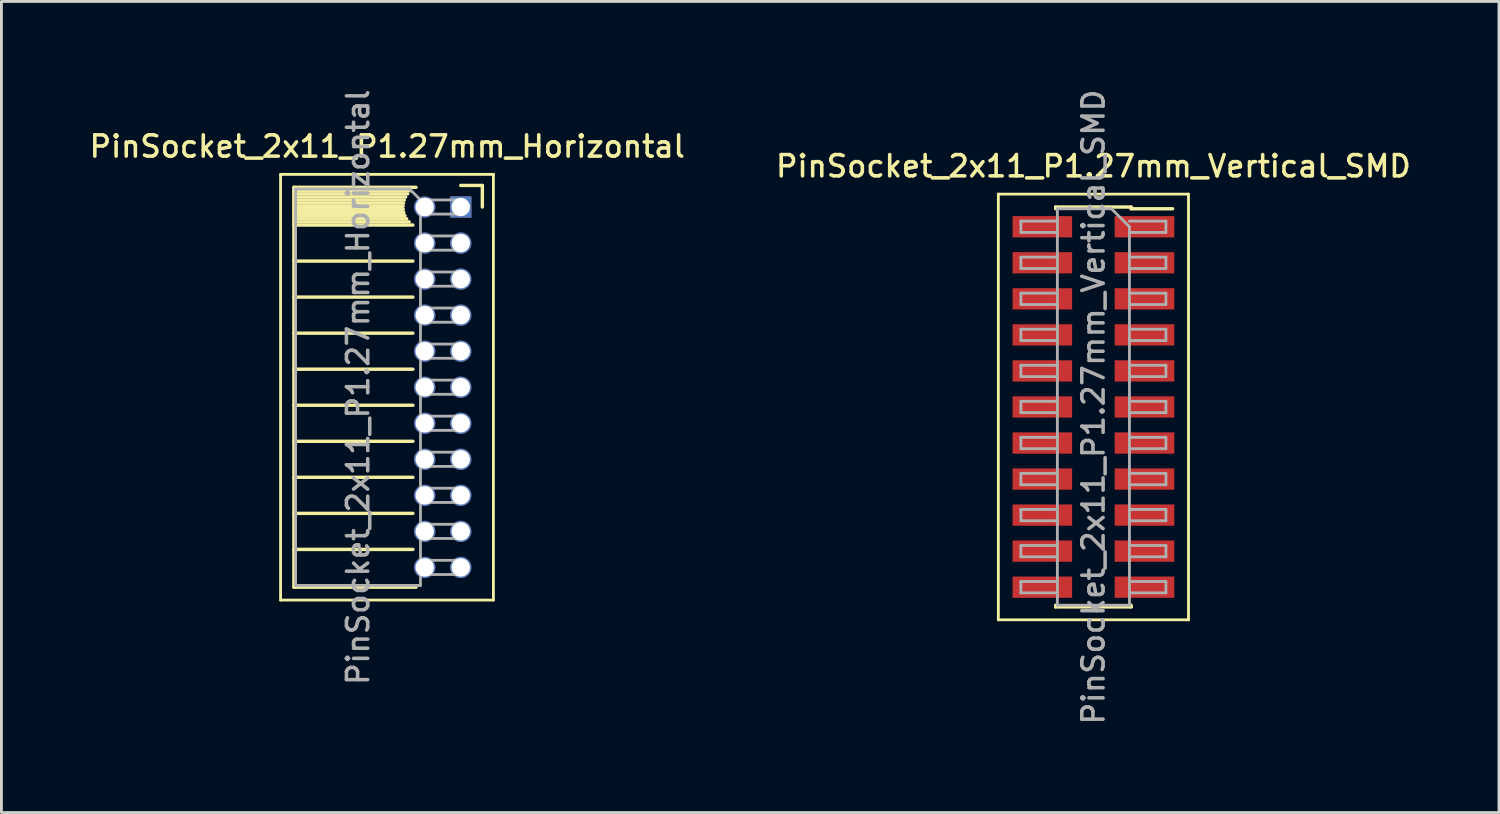
<source format=kicad_pcb>
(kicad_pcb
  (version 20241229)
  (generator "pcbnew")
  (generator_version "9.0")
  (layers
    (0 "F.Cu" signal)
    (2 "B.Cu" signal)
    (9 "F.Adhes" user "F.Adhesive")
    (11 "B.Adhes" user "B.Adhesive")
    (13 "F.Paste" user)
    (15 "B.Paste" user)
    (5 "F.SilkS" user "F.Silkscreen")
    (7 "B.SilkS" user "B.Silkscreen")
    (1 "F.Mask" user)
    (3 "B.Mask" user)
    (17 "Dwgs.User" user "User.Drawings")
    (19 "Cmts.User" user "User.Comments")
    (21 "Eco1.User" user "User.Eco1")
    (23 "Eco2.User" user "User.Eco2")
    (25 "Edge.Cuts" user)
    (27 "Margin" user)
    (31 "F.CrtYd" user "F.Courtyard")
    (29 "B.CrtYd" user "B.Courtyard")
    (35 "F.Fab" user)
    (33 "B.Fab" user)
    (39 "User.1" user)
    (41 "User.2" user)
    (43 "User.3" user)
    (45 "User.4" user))
  (footprint "PinSocket_2x11_P1.27mm_Horizontal"
    (layer "F.Cu")
    (at 13.187 4.245)
    (property "Reference" "PinSocket_2x11_P1.27mm_Horizontal" (at -2.592 -2.135 0) (layer "F.SilkS") (effects (font (size 0.75 0.75) (thickness 0.125))))
    (attr through_hole)
    (fp_line (start -6.35 -1.15) (end -6.35 13.85) (stroke (width 0.1) (type solid)) (layer "F.SilkS"))
    (fp_line (start -6.35 13.85) (end 1.15 13.85) (stroke (width 0.1) (type solid)) (layer "F.SilkS"))
    (fp_line (start -5.88 -0.695) (end -5.88 13.395) (stroke (width 0.12) (type solid)) (layer "F.SilkS"))
    (fp_line (start -5.88 -0.695) (end -1.578 -0.695) (stroke (width 0.12) (type solid)) (layer "F.SilkS"))
    (fp_line (start -5.88 -0.575) (end -1.767 -0.575) (stroke (width 0.12) (type solid)) (layer "F.SilkS"))
    (fp_line (start -5.88 -0.465) (end -1.871 -0.465) (stroke (width 0.12) (type solid)) (layer "F.SilkS"))
    (fp_line (start -5.88 -0.355) (end -1.942 -0.355) (stroke (width 0.12) (type solid)) (layer "F.SilkS"))
    (fp_line (start -5.88 -0.245) (end -1.989 -0.245) (stroke (width 0.12) (type solid)) (layer "F.SilkS"))
    (fp_line (start -5.88 -0.135) (end -2.018 -0.135) (stroke (width 0.12) (type solid)) (layer "F.SilkS"))
    (fp_line (start -5.88 -0.025) (end -2.03 -0.025) (stroke (width 0.12) (type solid)) (layer "F.SilkS"))
    (fp_line (start -5.88 0.085) (end -2.025 0.085) (stroke (width 0.12) (type solid)) (layer "F.SilkS"))
    (fp_line (start -5.88 0.195) (end -2.005 0.195) (stroke (width 0.12) (type solid)) (layer "F.SilkS"))
    (fp_line (start -5.88 0.305) (end -1.966 0.305) (stroke (width 0.12) (type solid)) (layer "F.SilkS"))
    (fp_line (start -5.88 0.415) (end -1.907 0.415) (stroke (width 0.12) (type solid)) (layer "F.SilkS"))
    (fp_line (start -5.88 0.525) (end -1.82 0.525) (stroke (width 0.12) (type solid)) (layer "F.SilkS"))
    (fp_line (start -5.88 0.635) (end -1.688 0.635) (stroke (width 0.12) (type solid)) (layer "F.SilkS"))
    (fp_line (start -5.88 1.905) (end -1.688 1.905) (stroke (width 0.12) (type solid)) (layer "F.SilkS"))
    (fp_line (start -5.88 3.175) (end -1.688 3.175) (stroke (width 0.12) (type solid)) (layer "F.SilkS"))
    (fp_line (start -5.88 4.445) (end -1.688 4.445) (stroke (width 0.12) (type solid)) (layer "F.SilkS"))
    (fp_line (start -5.88 5.715) (end -1.688 5.715) (stroke (width 0.12) (type solid)) (layer "F.SilkS"))
    (fp_line (start -5.88 6.985) (end -1.688 6.985) (stroke (width 0.12) (type solid)) (layer "F.SilkS"))
    (fp_line (start -5.88 8.255) (end -1.688 8.255) (stroke (width 0.12) (type solid)) (layer "F.SilkS"))
    (fp_line (start -5.88 9.525) (end -1.688 9.525) (stroke (width 0.12) (type solid)) (layer "F.SilkS"))
    (fp_line (start -5.88 10.795) (end -1.688 10.795) (stroke (width 0.12) (type solid)) (layer "F.SilkS"))
    (fp_line (start -5.88 12.065) (end -1.688 12.065) (stroke (width 0.12) (type solid)) (layer "F.SilkS"))
    (fp_line (start -5.88 13.395) (end -1.578 13.395) (stroke (width 0.12) (type solid)) (layer "F.SilkS"))
    (fp_line (start 0 -0.76) (end 0.76 -0.76) (stroke (width 0.12) (type solid)) (layer "F.SilkS"))
    (fp_line (start 0.76 -0.76) (end 0.76 0) (stroke (width 0.12) (type solid)) (layer "F.SilkS"))
    (fp_line (start 1.15 -1.15) (end -6.35 -1.15) (stroke (width 0.1) (type solid)) (layer "F.SilkS"))
    (fp_line (start 1.15 13.85) (end 1.15 -1.15) (stroke (width 0.1) (type solid)) (layer "F.SilkS"))
    (fp_line (start -5.82 -0.635) (end -1.805 -0.635) (stroke (width 0.1) (type solid)) (layer "F.Fab"))
    (fp_line (start -5.82 13.335) (end -5.82 -0.635) (stroke (width 0.1) (type solid)) (layer "F.Fab"))
    (fp_line (start -1.805 -0.635) (end -1.42 -0.25) (stroke (width 0.1) (type solid)) (layer "F.Fab"))
    (fp_line (start -1.42 -0.25) (end -1.42 13.335) (stroke (width 0.1) (type solid)) (layer "F.Fab"))
    (fp_line (start -1.42 0.25) (end 0 0.25) (stroke (width 0.1) (type solid)) (layer "F.Fab"))
    (fp_line (start -1.42 1.52) (end 0 1.52) (stroke (width 0.1) (type solid)) (layer "F.Fab"))
    (fp_line (start -1.42 2.79) (end 0 2.79) (stroke (width 0.1) (type solid)) (layer "F.Fab"))
    (fp_line (start -1.42 4.06) (end 0 4.06) (stroke (width 0.1) (type solid)) (layer "F.Fab"))
    (fp_line (start -1.42 5.33) (end 0 5.33) (stroke (width 0.1) (type solid)) (layer "F.Fab"))
    (fp_line (start -1.42 6.6) (end 0 6.6) (stroke (width 0.1) (type solid)) (layer "F.Fab"))
    (fp_line (start -1.42 7.87) (end 0 7.87) (stroke (width 0.1) (type solid)) (layer "F.Fab"))
    (fp_line (start -1.42 9.14) (end 0 9.14) (stroke (width 0.1) (type solid)) (layer "F.Fab"))
    (fp_line (start -1.42 10.41) (end 0 10.41) (stroke (width 0.1) (type solid)) (layer "F.Fab"))
    (fp_line (start -1.42 11.68) (end 0 11.68) (stroke (width 0.1) (type solid)) (layer "F.Fab"))
    (fp_line (start -1.42 12.95) (end 0 12.95) (stroke (width 0.1) (type solid)) (layer "F.Fab"))
    (fp_line (start -1.42 13.335) (end -5.82 13.335) (stroke (width 0.1) (type solid)) (layer "F.Fab"))
    (fp_line (start 0 -0.25) (end -1.42 -0.25) (stroke (width 0.1) (type solid)) (layer "F.Fab"))
    (fp_line (start 0 0.25) (end 0 -0.25) (stroke (width 0.1) (type solid)) (layer "F.Fab"))
    (fp_line (start 0 1.02) (end -1.42 1.02) (stroke (width 0.1) (type solid)) (layer "F.Fab"))
    (fp_line (start 0 1.52) (end 0 1.02) (stroke (width 0.1) (type solid)) (layer "F.Fab"))
    (fp_line (start 0 2.29) (end -1.42 2.29) (stroke (width 0.1) (type solid)) (layer "F.Fab"))
    (fp_line (start 0 2.79) (end 0 2.29) (stroke (width 0.1) (type solid)) (layer "F.Fab"))
    (fp_line (start 0 3.56) (end -1.42 3.56) (stroke (width 0.1) (type solid)) (layer "F.Fab"))
    (fp_line (start 0 4.06) (end 0 3.56) (stroke (width 0.1) (type solid)) (layer "F.Fab"))
    (fp_line (start 0 4.83) (end -1.42 4.83) (stroke (width 0.1) (type solid)) (layer "F.Fab"))
    (fp_line (start 0 5.33) (end 0 4.83) (stroke (width 0.1) (type solid)) (layer "F.Fab"))
    (fp_line (start 0 6.1) (end -1.42 6.1) (stroke (width 0.1) (type solid)) (layer "F.Fab"))
    (fp_line (start 0 6.6) (end 0 6.1) (stroke (width 0.1) (type solid)) (layer "F.Fab"))
    (fp_line (start 0 7.37) (end -1.42 7.37) (stroke (width 0.1) (type solid)) (layer "F.Fab"))
    (fp_line (start 0 7.87) (end 0 7.37) (stroke (width 0.1) (type solid)) (layer "F.Fab"))
    (fp_line (start 0 8.64) (end -1.42 8.64) (stroke (width 0.1) (type solid)) (layer "F.Fab"))
    (fp_line (start 0 9.14) (end 0 8.64) (stroke (width 0.1) (type solid)) (layer "F.Fab"))
    (fp_line (start 0 9.91) (end -1.42 9.91) (stroke (width 0.1) (type solid)) (layer "F.Fab"))
    (fp_line (start 0 10.41) (end 0 9.91) (stroke (width 0.1) (type solid)) (layer "F.Fab"))
    (fp_line (start 0 11.18) (end -1.42 11.18) (stroke (width 0.1) (type solid)) (layer "F.Fab"))
    (fp_line (start 0 11.68) (end 0 11.18) (stroke (width 0.1) (type solid)) (layer "F.Fab"))
    (fp_line (start 0 12.45) (end -1.42 12.45) (stroke (width 0.1) (type solid)) (layer "F.Fab"))
    (fp_line (start 0 12.95) (end 0 12.45) (stroke (width 0.1) (type solid)) (layer "F.Fab"))
    (fp_text user "${REFERENCE}" (at -3.62 6.35 90) (layer "F.Fab") (effects (font (size 0.75 0.75) (thickness 0.125))))
    (pad "1" thru_hole rect (at 0 0) (size 0.75 0.75) (drill 0.65) (layers "*.Cu" "*.Mask"))
    (pad "2" thru_hole oval (at -1.27 0) (size 0.75 0.75) (drill 0.65) (layers "*.Cu" "*.Mask"))
    (pad "3" thru_hole oval (at 0 1.27) (size 0.75 0.75) (drill 0.65) (layers "*.Cu" "*.Mask"))
    (pad "4" thru_hole oval (at -1.27 1.27) (size 0.75 0.75) (drill 0.65) (layers "*.Cu" "*.Mask"))
    (pad "5" thru_hole oval (at 0 2.54) (size 0.75 0.75) (drill 0.65) (layers "*.Cu" "*.Mask"))
    (pad "6" thru_hole oval (at -1.27 2.54) (size 0.75 0.75) (drill 0.65) (layers "*.Cu" "*.Mask"))
    (pad "7" thru_hole oval (at 0 3.81) (size 0.75 0.75) (drill 0.65) (layers "*.Cu" "*.Mask"))
    (pad "8" thru_hole oval (at -1.27 3.81) (size 0.75 0.75) (drill 0.65) (layers "*.Cu" "*.Mask"))
    (pad "9" thru_hole oval (at 0 5.08) (size 0.75 0.75) (drill 0.65) (layers "*.Cu" "*.Mask"))
    (pad "10" thru_hole oval (at -1.27 5.08) (size 0.75 0.75) (drill 0.65) (layers "*.Cu" "*.Mask"))
    (pad "11" thru_hole oval (at 0 6.35) (size 0.75 0.75) (drill 0.65) (layers "*.Cu" "*.Mask"))
    (pad "12" thru_hole oval (at -1.27 6.35) (size 0.75 0.75) (drill 0.65) (layers "*.Cu" "*.Mask"))
    (pad "13" thru_hole oval (at 0 7.62) (size 0.75 0.75) (drill 0.65) (layers "*.Cu" "*.Mask"))
    (pad "14" thru_hole oval (at -1.27 7.62) (size 0.75 0.75) (drill 0.65) (layers "*.Cu" "*.Mask"))
    (pad "15" thru_hole oval (at 0 8.89) (size 0.75 0.75) (drill 0.65) (layers "*.Cu" "*.Mask"))
    (pad "16" thru_hole oval (at -1.27 8.89) (size 0.75 0.75) (drill 0.65) (layers "*.Cu" "*.Mask"))
    (pad "17" thru_hole oval (at 0 10.16) (size 0.75 0.75) (drill 0.65) (layers "*.Cu" "*.Mask"))
    (pad "18" thru_hole oval (at -1.27 10.16) (size 0.75 0.75) (drill 0.65) (layers "*.Cu" "*.Mask"))
    (pad "19" thru_hole oval (at 0 11.43) (size 0.75 0.75) (drill 0.65) (layers "*.Cu" "*.Mask"))
    (pad "20" thru_hole oval (at -1.27 11.43) (size 0.75 0.75) (drill 0.65) (layers "*.Cu" "*.Mask"))
    (pad "21" thru_hole oval (at 0 12.7) (size 0.75 0.75) (drill 0.65) (layers "*.Cu" "*.Mask"))
    (pad "22" thru_hole oval (at -1.27 12.7) (size 0.75 0.75) (drill 0.65) (layers "*.Cu" "*.Mask")))
  (footprint "PinSocket_2x11_P1.27mm_Vertical_SMD"
    (layer "F.Cu")
    (at 35.48 11.291)
    (property "Reference" "PinSocket_2x11_P1.27mm_Vertical_SMD" (at 0 -8.485 0) (layer "F.SilkS") (effects (font (size 0.75 0.75) (thickness 0.125))))
    (attr smd)
    (fp_line (start -3.35 -7.5) (end 3.35 -7.5) (stroke (width 0.1) (type solid)) (layer "F.SilkS"))
    (fp_line (start -3.35 7.5) (end -3.35 -7.5) (stroke (width 0.1) (type solid)) (layer "F.SilkS"))
    (fp_line (start -1.33 -7.045) (end -1.33 -6.985) (stroke (width 0.12) (type solid)) (layer "F.SilkS"))
    (fp_line (start -1.33 -7.045) (end 1.33 -7.045) (stroke (width 0.12) (type solid)) (layer "F.SilkS"))
    (fp_line (start -1.33 6.985) (end -1.33 7.045) (stroke (width 0.12) (type solid)) (layer "F.SilkS"))
    (fp_line (start -1.33 7.045) (end 1.33 7.045) (stroke (width 0.12) (type solid)) (layer "F.SilkS"))
    (fp_line (start 1.33 -7.045) (end 1.33 -6.985) (stroke (width 0.12) (type solid)) (layer "F.SilkS"))
    (fp_line (start 1.33 -6.985) (end 2.79 -6.985) (stroke (width 0.12) (type solid)) (layer "F.SilkS"))
    (fp_line (start 1.33 6.985) (end 1.33 7.045) (stroke (width 0.12) (type solid)) (layer "F.SilkS"))
    (fp_line (start 3.35 -7.5) (end 3.35 7.5) (stroke (width 0.1) (type solid)) (layer "F.SilkS"))
    (fp_line (start 3.35 7.5) (end -3.35 7.5) (stroke (width 0.1) (type solid)) (layer "F.SilkS"))
    (fp_line (start -2.555 -6.55) (end -1.27 -6.55) (stroke (width 0.1) (type solid)) (layer "F.Fab"))
    (fp_line (start -2.555 -6.15) (end -2.555 -6.55) (stroke (width 0.1) (type solid)) (layer "F.Fab"))
    (fp_line (start -2.555 -5.28) (end -1.27 -5.28) (stroke (width 0.1) (type solid)) (layer "F.Fab"))
    (fp_line (start -2.555 -4.88) (end -2.555 -5.28) (stroke (width 0.1) (type solid)) (layer "F.Fab"))
    (fp_line (start -2.555 -4.01) (end -1.27 -4.01) (stroke (width 0.1) (type solid)) (layer "F.Fab"))
    (fp_line (start -2.555 -3.61) (end -2.555 -4.01) (stroke (width 0.1) (type solid)) (layer "F.Fab"))
    (fp_line (start -2.555 -2.74) (end -1.27 -2.74) (stroke (width 0.1) (type solid)) (layer "F.Fab"))
    (fp_line (start -2.555 -2.34) (end -2.555 -2.74) (stroke (width 0.1) (type solid)) (layer "F.Fab"))
    (fp_line (start -2.555 -1.47) (end -1.27 -1.47) (stroke (width 0.1) (type solid)) (layer "F.Fab"))
    (fp_line (start -2.555 -1.07) (end -2.555 -1.47) (stroke (width 0.1) (type solid)) (layer "F.Fab"))
    (fp_line (start -2.555 -0.2) (end -1.27 -0.2) (stroke (width 0.1) (type solid)) (layer "F.Fab"))
    (fp_line (start -2.555 0.2) (end -2.555 -0.2) (stroke (width 0.1) (type solid)) (layer "F.Fab"))
    (fp_line (start -2.555 1.07) (end -1.27 1.07) (stroke (width 0.1) (type solid)) (layer "F.Fab"))
    (fp_line (start -2.555 1.47) (end -2.555 1.07) (stroke (width 0.1) (type solid)) (layer "F.Fab"))
    (fp_line (start -2.555 2.34) (end -1.27 2.34) (stroke (width 0.1) (type solid)) (layer "F.Fab"))
    (fp_line (start -2.555 2.74) (end -2.555 2.34) (stroke (width 0.1) (type solid)) (layer "F.Fab"))
    (fp_line (start -2.555 3.61) (end -1.27 3.61) (stroke (width 0.1) (type solid)) (layer "F.Fab"))
    (fp_line (start -2.555 4.01) (end -2.555 3.61) (stroke (width 0.1) (type solid)) (layer "F.Fab"))
    (fp_line (start -2.555 4.88) (end -1.27 4.88) (stroke (width 0.1) (type solid)) (layer "F.Fab"))
    (fp_line (start -2.555 5.28) (end -2.555 4.88) (stroke (width 0.1) (type solid)) (layer "F.Fab"))
    (fp_line (start -2.555 6.15) (end -1.27 6.15) (stroke (width 0.1) (type solid)) (layer "F.Fab"))
    (fp_line (start -2.555 6.55) (end -2.555 6.15) (stroke (width 0.1) (type solid)) (layer "F.Fab"))
    (fp_line (start -1.27 -6.985) (end 0.635 -6.985) (stroke (width 0.1) (type solid)) (layer "F.Fab"))
    (fp_line (start -1.27 -6.15) (end -2.555 -6.15) (stroke (width 0.1) (type solid)) (layer "F.Fab"))
    (fp_line (start -1.27 -4.88) (end -2.555 -4.88) (stroke (width 0.1) (type solid)) (layer "F.Fab"))
    (fp_line (start -1.27 -3.61) (end -2.555 -3.61) (stroke (width 0.1) (type solid)) (layer "F.Fab"))
    (fp_line (start -1.27 -2.34) (end -2.555 -2.34) (stroke (width 0.1) (type solid)) (layer "F.Fab"))
    (fp_line (start -1.27 -1.07) (end -2.555 -1.07) (stroke (width 0.1) (type solid)) (layer "F.Fab"))
    (fp_line (start -1.27 0.2) (end -2.555 0.2) (stroke (width 0.1) (type solid)) (layer "F.Fab"))
    (fp_line (start -1.27 1.47) (end -2.555 1.47) (stroke (width 0.1) (type solid)) (layer "F.Fab"))
    (fp_line (start -1.27 2.74) (end -2.555 2.74) (stroke (width 0.1) (type solid)) (layer "F.Fab"))
    (fp_line (start -1.27 4.01) (end -2.555 4.01) (stroke (width 0.1) (type solid)) (layer "F.Fab"))
    (fp_line (start -1.27 5.28) (end -2.555 5.28) (stroke (width 0.1) (type solid)) (layer "F.Fab"))
    (fp_line (start -1.27 6.55) (end -2.555 6.55) (stroke (width 0.1) (type solid)) (layer "F.Fab"))
    (fp_line (start -1.27 6.985) (end -1.27 -6.985) (stroke (width 0.1) (type solid)) (layer "F.Fab"))
    (fp_line (start 0.635 -6.985) (end 1.27 -6.35) (stroke (width 0.1) (type solid)) (layer "F.Fab"))
    (fp_line (start 1.27 -6.55) (end 2.555 -6.55) (stroke (width 0.1) (type solid)) (layer "F.Fab"))
    (fp_line (start 1.27 -6.35) (end 1.27 6.985) (stroke (width 0.1) (type solid)) (layer "F.Fab"))
    (fp_line (start 1.27 -5.28) (end 2.555 -5.28) (stroke (width 0.1) (type solid)) (layer "F.Fab"))
    (fp_line (start 1.27 -4.01) (end 2.555 -4.01) (stroke (width 0.1) (type solid)) (layer "F.Fab"))
    (fp_line (start 1.27 -2.74) (end 2.555 -2.74) (stroke (width 0.1) (type solid)) (layer "F.Fab"))
    (fp_line (start 1.27 -1.47) (end 2.555 -1.47) (stroke (width 0.1) (type solid)) (layer "F.Fab"))
    (fp_line (start 1.27 -0.2) (end 2.555 -0.2) (stroke (width 0.1) (type solid)) (layer "F.Fab"))
    (fp_line (start 1.27 1.07) (end 2.555 1.07) (stroke (width 0.1) (type solid)) (layer "F.Fab"))
    (fp_line (start 1.27 2.34) (end 2.555 2.34) (stroke (width 0.1) (type solid)) (layer "F.Fab"))
    (fp_line (start 1.27 3.61) (end 2.555 3.61) (stroke (width 0.1) (type solid)) (layer "F.Fab"))
    (fp_line (start 1.27 4.88) (end 2.555 4.88) (stroke (width 0.1) (type solid)) (layer "F.Fab"))
    (fp_line (start 1.27 6.15) (end 2.555 6.15) (stroke (width 0.1) (type solid)) (layer "F.Fab"))
    (fp_line (start 1.27 6.985) (end -1.27 6.985) (stroke (width 0.1) (type solid)) (layer "F.Fab"))
    (fp_line (start 2.555 -6.55) (end 2.555 -6.15) (stroke (width 0.1) (type solid)) (layer "F.Fab"))
    (fp_line (start 2.555 -6.15) (end 1.27 -6.15) (stroke (width 0.1) (type solid)) (layer "F.Fab"))
    (fp_line (start 2.555 -5.28) (end 2.555 -4.88) (stroke (width 0.1) (type solid)) (layer "F.Fab"))
    (fp_line (start 2.555 -4.88) (end 1.27 -4.88) (stroke (width 0.1) (type solid)) (layer "F.Fab"))
    (fp_line (start 2.555 -4.01) (end 2.555 -3.61) (stroke (width 0.1) (type solid)) (layer "F.Fab"))
    (fp_line (start 2.555 -3.61) (end 1.27 -3.61) (stroke (width 0.1) (type solid)) (layer "F.Fab"))
    (fp_line (start 2.555 -2.74) (end 2.555 -2.34) (stroke (width 0.1) (type solid)) (layer "F.Fab"))
    (fp_line (start 2.555 -2.34) (end 1.27 -2.34) (stroke (width 0.1) (type solid)) (layer "F.Fab"))
    (fp_line (start 2.555 -1.47) (end 2.555 -1.07) (stroke (width 0.1) (type solid)) (layer "F.Fab"))
    (fp_line (start 2.555 -1.07) (end 1.27 -1.07) (stroke (width 0.1) (type solid)) (layer "F.Fab"))
    (fp_line (start 2.555 -0.2) (end 2.555 0.2) (stroke (width 0.1) (type solid)) (layer "F.Fab"))
    (fp_line (start 2.555 0.2) (end 1.27 0.2) (stroke (width 0.1) (type solid)) (layer "F.Fab"))
    (fp_line (start 2.555 1.07) (end 2.555 1.47) (stroke (width 0.1) (type solid)) (layer "F.Fab"))
    (fp_line (start 2.555 1.47) (end 1.27 1.47) (stroke (width 0.1) (type solid)) (layer "F.Fab"))
    (fp_line (start 2.555 2.34) (end 2.555 2.74) (stroke (width 0.1) (type solid)) (layer "F.Fab"))
    (fp_line (start 2.555 2.74) (end 1.27 2.74) (stroke (width 0.1) (type solid)) (layer "F.Fab"))
    (fp_line (start 2.555 3.61) (end 2.555 4.01) (stroke (width 0.1) (type solid)) (layer "F.Fab"))
    (fp_line (start 2.555 4.01) (end 1.27 4.01) (stroke (width 0.1) (type solid)) (layer "F.Fab"))
    (fp_line (start 2.555 4.88) (end 2.555 5.28) (stroke (width 0.1) (type solid)) (layer "F.Fab"))
    (fp_line (start 2.555 5.28) (end 1.27 5.28) (stroke (width 0.1) (type solid)) (layer "F.Fab"))
    (fp_line (start 2.555 6.15) (end 2.555 6.55) (stroke (width 0.1) (type solid)) (layer "F.Fab"))
    (fp_line (start 2.555 6.55) (end 1.27 6.55) (stroke (width 0.1) (type solid)) (layer "F.Fab"))
    (fp_text user "${REFERENCE}" (at 0 0 90) (layer "F.Fab") (effects (font (size 0.75 0.75) (thickness 0.125))))
    (pad "1" smd rect (at 1.8 -6.35) (size 2.1 0.75) (layers "F.Cu" "F.Mask" "F.Paste"))
    (pad "2" smd rect (at -1.8 -6.35) (size 2.1 0.75) (layers "F.Cu" "F.Mask" "F.Paste"))
    (pad "3" smd rect (at 1.8 -5.08) (size 2.1 0.75) (layers "F.Cu" "F.Mask" "F.Paste"))
    (pad "4" smd rect (at -1.8 -5.08) (size 2.1 0.75) (layers "F.Cu" "F.Mask" "F.Paste"))
    (pad "5" smd rect (at 1.8 -3.81) (size 2.1 0.75) (layers "F.Cu" "F.Mask" "F.Paste"))
    (pad "6" smd rect (at -1.8 -3.81) (size 2.1 0.75) (layers "F.Cu" "F.Mask" "F.Paste"))
    (pad "7" smd rect (at 1.8 -2.54) (size 2.1 0.75) (layers "F.Cu" "F.Mask" "F.Paste"))
    (pad "8" smd rect (at -1.8 -2.54) (size 2.1 0.75) (layers "F.Cu" "F.Mask" "F.Paste"))
    (pad "9" smd rect (at 1.8 -1.27) (size 2.1 0.75) (layers "F.Cu" "F.Mask" "F.Paste"))
    (pad "10" smd rect (at -1.8 -1.27) (size 2.1 0.75) (layers "F.Cu" "F.Mask" "F.Paste"))
    (pad "11" smd rect (at 1.8 0) (size 2.1 0.75) (layers "F.Cu" "F.Mask" "F.Paste"))
    (pad "12" smd rect (at -1.8 0) (size 2.1 0.75) (layers "F.Cu" "F.Mask" "F.Paste"))
    (pad "13" smd rect (at 1.8 1.27) (size 2.1 0.75) (layers "F.Cu" "F.Mask" "F.Paste"))
    (pad "14" smd rect (at -1.8 1.27) (size 2.1 0.75) (layers "F.Cu" "F.Mask" "F.Paste"))
    (pad "15" smd rect (at 1.8 2.54) (size 2.1 0.75) (layers "F.Cu" "F.Mask" "F.Paste"))
    (pad "16" smd rect (at -1.8 2.54) (size 2.1 0.75) (layers "F.Cu" "F.Mask" "F.Paste"))
    (pad "17" smd rect (at 1.8 3.81) (size 2.1 0.75) (layers "F.Cu" "F.Mask" "F.Paste"))
    (pad "18" smd rect (at -1.8 3.81) (size 2.1 0.75) (layers "F.Cu" "F.Mask" "F.Paste"))
    (pad "19" smd rect (at 1.8 5.08) (size 2.1 0.75) (layers "F.Cu" "F.Mask" "F.Paste"))
    (pad "20" smd rect (at -1.8 5.08) (size 2.1 0.75) (layers "F.Cu" "F.Mask" "F.Paste"))
    (pad "21" smd rect (at 1.8 6.35) (size 2.1 0.75) (layers "F.Cu" "F.Mask" "F.Paste"))
    (pad "22" smd rect (at -1.8 6.35) (size 2.1 0.75) (layers "F.Cu" "F.Mask" "F.Paste")))
  (gr_rect
    (start -3 -3)
    (end 49.771 25.582)
    (stroke (width 0.1) (type default))
    (fill no)
    (layer "Edge.Cuts")))
</source>
